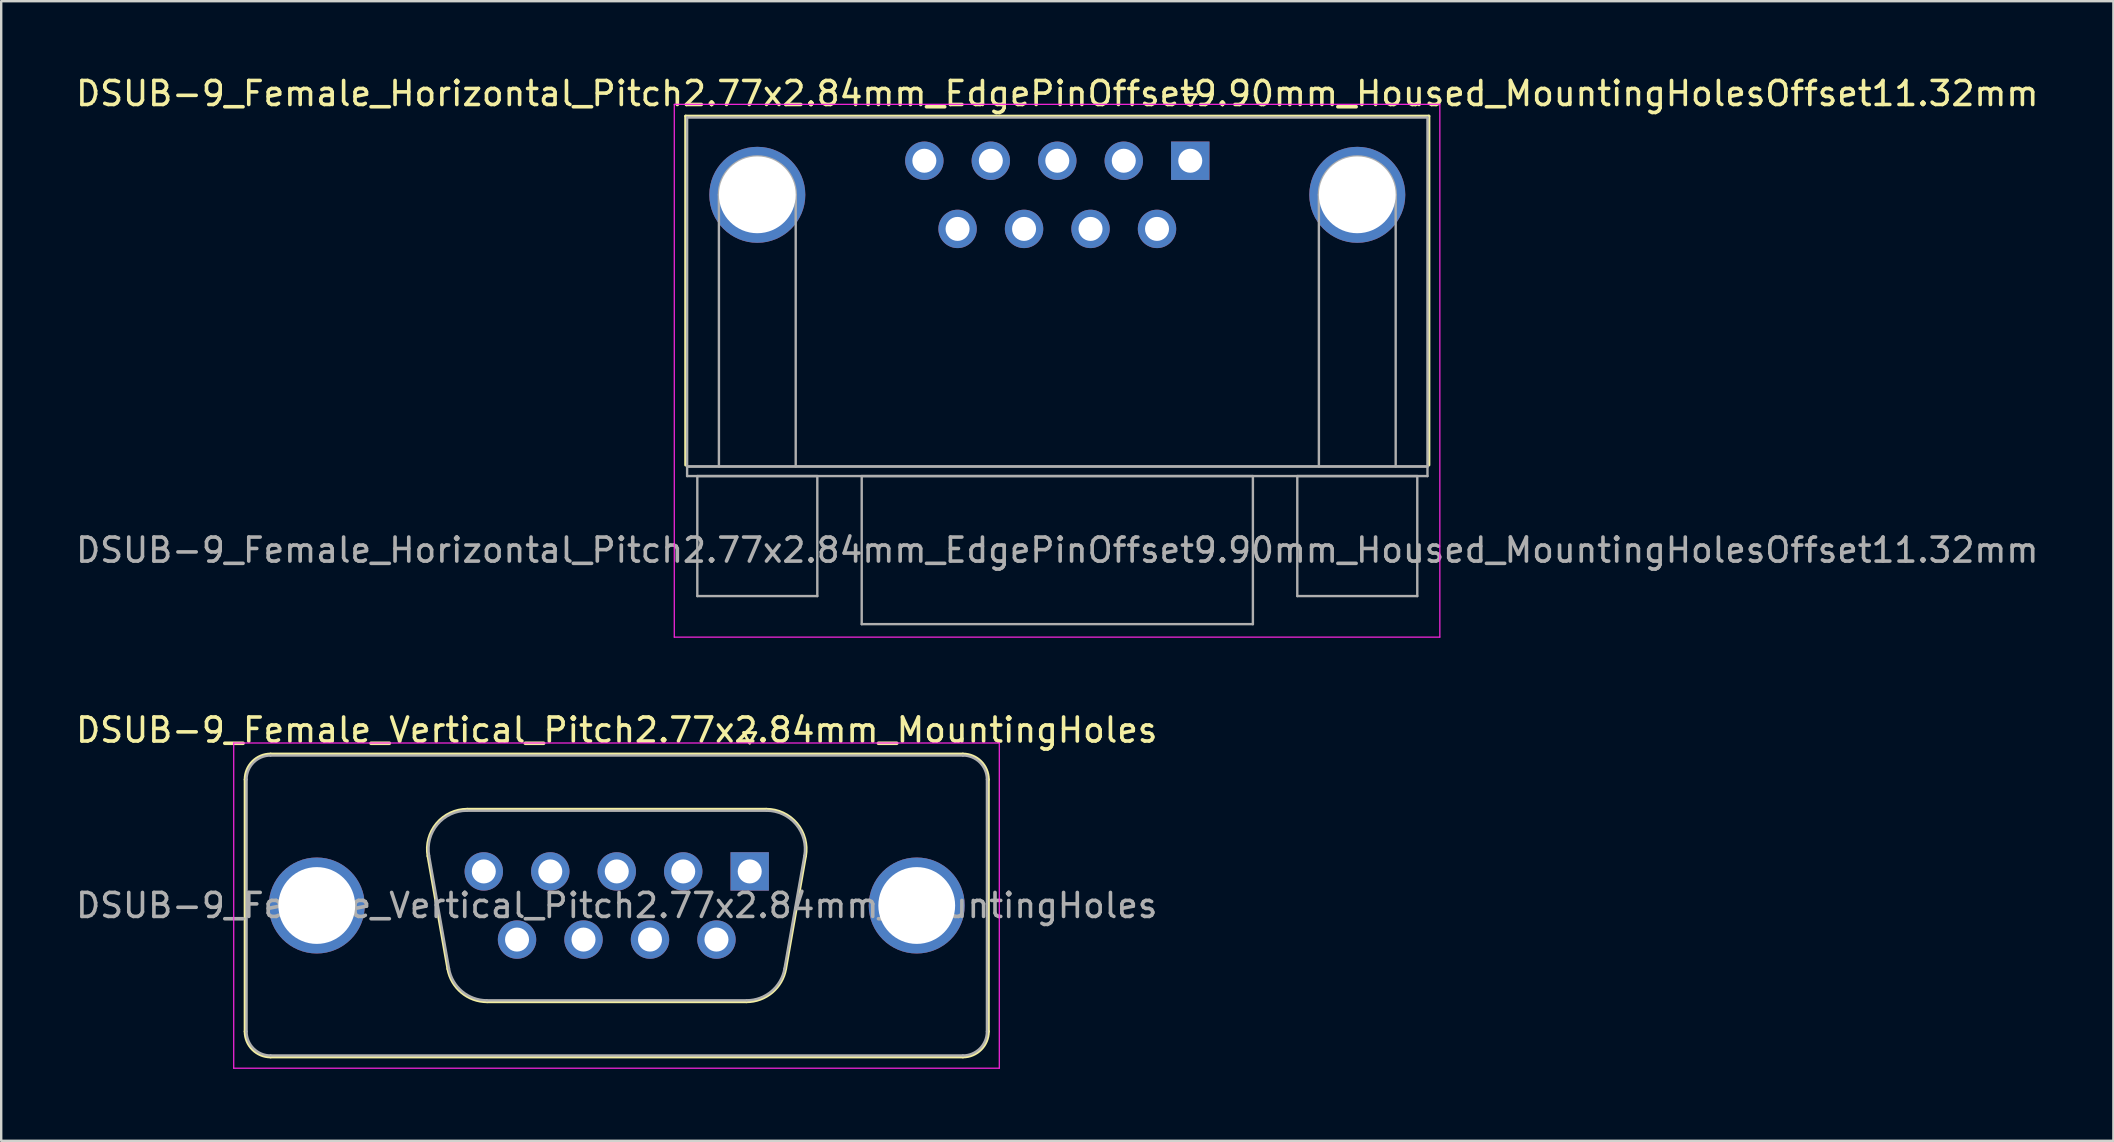
<source format=kicad_pcb>
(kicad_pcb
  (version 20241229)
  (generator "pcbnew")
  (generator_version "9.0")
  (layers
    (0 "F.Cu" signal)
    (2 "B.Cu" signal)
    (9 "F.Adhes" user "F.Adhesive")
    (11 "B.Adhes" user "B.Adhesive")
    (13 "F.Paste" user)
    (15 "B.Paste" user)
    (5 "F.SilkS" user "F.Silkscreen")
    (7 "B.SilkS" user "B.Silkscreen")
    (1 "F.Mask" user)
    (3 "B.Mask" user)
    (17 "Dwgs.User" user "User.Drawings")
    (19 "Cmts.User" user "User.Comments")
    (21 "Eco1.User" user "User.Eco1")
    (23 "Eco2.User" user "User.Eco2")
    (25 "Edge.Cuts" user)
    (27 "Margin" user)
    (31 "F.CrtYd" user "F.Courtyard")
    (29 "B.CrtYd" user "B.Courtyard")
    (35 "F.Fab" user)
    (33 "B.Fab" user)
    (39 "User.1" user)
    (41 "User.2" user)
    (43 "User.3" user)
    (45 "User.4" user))
  (footprint "DSUB-9_Female_Vertical_Pitch2.77x2.84mm_MountingHoles"
    (layer "F.Cu")
    (at 28.189 33.261)
    (property "Reference" "DSUB-9_Female_Vertical_Pitch2.77x2.84mm_MountingHoles" (at -5.54 -5.89 0) (layer "F.SilkS") (effects (font (size 1 1) (thickness 0.15))))
    (attr through_hole)
    (fp_line (start -21.025 6.67) (end -21.025 -3.83) (stroke (width 0.12) (type solid)) (layer "F.SilkS"))
    (fp_line (start -19.965 -4.89) (end 8.885 -4.89) (stroke (width 0.12) (type solid)) (layer "F.SilkS"))
    (fp_line (start -13.406 -0.642) (end -12.578 4.058) (stroke (width 0.12) (type solid)) (layer "F.SilkS"))
    (fp_line (start -11.772 -2.59) (end 0.692 -2.59) (stroke (width 0.12) (type solid)) (layer "F.SilkS"))
    (fp_line (start -10.943 5.43) (end -0.137 5.43) (stroke (width 0.12) (type solid)) (layer "F.SilkS"))
    (fp_line (start -0.25 -5.784) (end 0.25 -5.784) (stroke (width 0.12) (type solid)) (layer "F.SilkS"))
    (fp_line (start 0 -5.351) (end -0.25 -5.784) (stroke (width 0.12) (type solid)) (layer "F.SilkS"))
    (fp_line (start 0.25 -5.784) (end 0 -5.351) (stroke (width 0.12) (type solid)) (layer "F.SilkS"))
    (fp_line (start 2.326 -0.642) (end 1.498 4.058) (stroke (width 0.12) (type solid)) (layer "F.SilkS"))
    (fp_line (start 8.885 7.73) (end -19.965 7.73) (stroke (width 0.12) (type solid)) (layer "F.SilkS"))
    (fp_line (start 9.945 -3.83) (end 9.945 6.67) (stroke (width 0.12) (type solid)) (layer "F.SilkS"))
    (fp_arc (start -21.025 -3.83) (mid -20.714533 -4.579533) (end -19.965 -4.89) (stroke (width 0.12) (type solid)) (layer "F.SilkS"))
    (fp_arc (start -19.965 7.73) (mid -20.714533 7.419533) (end -21.025 6.67) (stroke (width 0.12) (type solid)) (layer "F.SilkS"))
    (fp_arc (start -13.40647 -0.641744) (mid -13.043323 -1.997028) (end -11.771689 -2.59) (stroke (width 0.12) (type solid)) (layer "F.SilkS"))
    (fp_arc (start -10.942952 5.43) (mid -12.009979 5.041634) (end -12.577733 4.058256) (stroke (width 0.12) (type solid)) (layer "F.SilkS"))
    (fp_arc (start 0.691689 -2.59) (mid 1.963323 -1.997027) (end 2.32647 -0.641744) (stroke (width 0.12) (type solid)) (layer "F.SilkS"))
    (fp_arc (start 1.497733 4.058256) (mid 0.92998 5.041634) (end -0.137048 5.43) (stroke (width 0.12) (type solid)) (layer "F.SilkS"))
    (fp_arc (start 8.885 -4.89) (mid 9.634533 -4.579533) (end 9.945 -3.83) (stroke (width 0.12) (type solid)) (layer "F.SilkS"))
    (fp_arc (start 9.945 6.67) (mid 9.634533 7.419533) (end 8.885 7.73) (stroke (width 0.12) (type solid)) (layer "F.SilkS"))
    (fp_line (start -21.5 -5.35) (end -21.5 8.2) (stroke (width 0.05) (type solid)) (layer "F.CrtYd"))
    (fp_line (start -21.5 8.2) (end 10.4 8.2) (stroke (width 0.05) (type solid)) (layer "F.CrtYd"))
    (fp_line (start 10.4 -5.35) (end -21.5 -5.35) (stroke (width 0.05) (type solid)) (layer "F.CrtYd"))
    (fp_line (start 10.4 8.2) (end 10.4 -5.35) (stroke (width 0.05) (type solid)) (layer "F.CrtYd"))
    (fp_line (start -20.965 6.67) (end -20.965 -3.83) (stroke (width 0.1) (type solid)) (layer "F.Fab"))
    (fp_line (start -19.965 -4.83) (end 8.885 -4.83) (stroke (width 0.1) (type solid)) (layer "F.Fab"))
    (fp_line (start -13.359 -0.652) (end -12.53 4.048) (stroke (width 0.1) (type solid)) (layer "F.Fab"))
    (fp_line (start -11.783 -2.53) (end 0.703 -2.53) (stroke (width 0.1) (type solid)) (layer "F.Fab"))
    (fp_line (start -10.954 5.37) (end -0.126 5.37) (stroke (width 0.1) (type solid)) (layer "F.Fab"))
    (fp_line (start 2.279 -0.652) (end 1.45 4.048) (stroke (width 0.1) (type solid)) (layer "F.Fab"))
    (fp_line (start 8.885 7.67) (end -19.965 7.67) (stroke (width 0.1) (type solid)) (layer "F.Fab"))
    (fp_line (start 9.885 -3.83) (end 9.885 6.67) (stroke (width 0.1) (type solid)) (layer "F.Fab"))
    (fp_arc (start -20.965 -3.83) (mid -20.672107 -4.537107) (end -19.965 -4.83) (stroke (width 0.1) (type solid)) (layer "F.Fab"))
    (fp_arc (start -19.965 7.67) (mid -20.672107 7.377107) (end -20.965 6.67) (stroke (width 0.1) (type solid)) (layer "F.Fab"))
    (fp_arc (start -13.358886 -0.652163) (mid -13.008865 -1.95846) (end -11.783194 -2.53) (stroke (width 0.1) (type solid)) (layer "F.Fab"))
    (fp_arc (start -10.954457 5.37) (mid -11.982917 4.995671) (end -12.530149 4.047837) (stroke (width 0.1) (type solid)) (layer "F.Fab"))
    (fp_arc (start 0.703194 -2.53) (mid 1.928865 -1.95846) (end 2.278886 -0.652163) (stroke (width 0.1) (type solid)) (layer "F.Fab"))
    (fp_arc (start 1.450149 4.047837) (mid 0.902917 4.995671) (end -0.125543 5.37) (stroke (width 0.1) (type solid)) (layer "F.Fab"))
    (fp_arc (start 8.885 -4.83) (mid 9.592107 -4.537107) (end 9.885 -3.83) (stroke (width 0.1) (type solid)) (layer "F.Fab"))
    (fp_arc (start 9.885 6.67) (mid 9.592107 7.377107) (end 8.885 7.67) (stroke (width 0.1) (type solid)) (layer "F.Fab"))
    (fp_text user "${REFERENCE}" (at -5.54 1.42 0) (layer "F.Fab") (effects (font (size 1 1) (thickness 0.15))))
    (pad "0" thru_hole circle (at -18.04 1.42) (size 4 4) (drill 3.2) (layers "*.Cu" "*.Mask"))
    (pad "0" thru_hole circle (at 6.96 1.42) (size 4 4) (drill 3.2) (layers "*.Cu" "*.Mask"))
    (pad "1" thru_hole rect (at 0 0) (size 1.6 1.6) (drill 1) (layers "*.Cu" "*.Mask"))
    (pad "2" thru_hole circle (at -2.77 0) (size 1.6 1.6) (drill 1) (layers "*.Cu" "*.Mask"))
    (pad "3" thru_hole circle (at -5.54 0) (size 1.6 1.6) (drill 1) (layers "*.Cu" "*.Mask"))
    (pad "4" thru_hole circle (at -8.31 0) (size 1.6 1.6) (drill 1) (layers "*.Cu" "*.Mask"))
    (pad "5" thru_hole circle (at -11.08 0) (size 1.6 1.6) (drill 1) (layers "*.Cu" "*.Mask"))
    (pad "6" thru_hole circle (at -1.385 2.84) (size 1.6 1.6) (drill 1) (layers "*.Cu" "*.Mask"))
    (pad "7" thru_hole circle (at -4.155 2.84) (size 1.6 1.6) (drill 1) (layers "*.Cu" "*.Mask"))
    (pad "8" thru_hole circle (at -6.925 2.84) (size 1.6 1.6) (drill 1) (layers "*.Cu" "*.Mask"))
    (pad "9" thru_hole circle (at -9.695 2.84) (size 1.6 1.6) (drill 1) (layers "*.Cu" "*.Mask")))
  (footprint "DSUB-9_Female_Horizontal_Pitch2.77x2.84mm_EdgePinOffset9.90mm_Housed_MountingHolesOffset11.32mm"
    (layer "F.Cu")
    (at 46.546 3.648)
    (property "Reference" "DSUB-9_Female_Horizontal_Pitch2.77x2.84mm_EdgePinOffset9.90mm_Housed_MountingHolesOffset11.32mm" (at -5.54 -2.8 0) (layer "F.SilkS") (effects (font (size 1 1) (thickness 0.15))))
    (attr through_hole)
    (fp_line (start -21.025 -1.86) (end 9.945 -1.86) (stroke (width 0.12) (type solid)) (layer "F.SilkS"))
    (fp_line (start -21.025 12.68) (end -21.025 -1.86) (stroke (width 0.12) (type solid)) (layer "F.SilkS"))
    (fp_line (start -0.25 -2.754) (end 0.25 -2.754) (stroke (width 0.12) (type solid)) (layer "F.SilkS"))
    (fp_line (start 0 -2.321) (end -0.25 -2.754) (stroke (width 0.12) (type solid)) (layer "F.SilkS"))
    (fp_line (start 0.25 -2.754) (end 0 -2.321) (stroke (width 0.12) (type solid)) (layer "F.SilkS"))
    (fp_line (start 9.945 -1.86) (end 9.945 12.68) (stroke (width 0.12) (type solid)) (layer "F.SilkS"))
    (fp_line (start -21.5 -2.35) (end -21.5 19.85) (stroke (width 0.05) (type solid)) (layer "F.CrtYd"))
    (fp_line (start -21.5 19.85) (end 10.4 19.85) (stroke (width 0.05) (type solid)) (layer "F.CrtYd"))
    (fp_line (start 10.4 -2.35) (end -21.5 -2.35) (stroke (width 0.05) (type solid)) (layer "F.CrtYd"))
    (fp_line (start 10.4 19.85) (end 10.4 -2.35) (stroke (width 0.05) (type solid)) (layer "F.CrtYd"))
    (fp_line (start -20.965 -1.8) (end -20.965 12.74) (stroke (width 0.1) (type solid)) (layer "F.Fab"))
    (fp_line (start -20.965 12.74) (end -20.965 13.14) (stroke (width 0.1) (type solid)) (layer "F.Fab"))
    (fp_line (start -20.965 12.74) (end 9.885 12.74) (stroke (width 0.1) (type solid)) (layer "F.Fab"))
    (fp_line (start -20.965 13.14) (end 9.885 13.14) (stroke (width 0.1) (type solid)) (layer "F.Fab"))
    (fp_line (start -20.54 13.14) (end -20.54 18.14) (stroke (width 0.1) (type solid)) (layer "F.Fab"))
    (fp_line (start -20.54 18.14) (end -15.54 18.14) (stroke (width 0.1) (type solid)) (layer "F.Fab"))
    (fp_line (start -19.64 12.74) (end -19.64 1.42) (stroke (width 0.1) (type solid)) (layer "F.Fab"))
    (fp_line (start -16.44 12.74) (end -16.44 1.42) (stroke (width 0.1) (type solid)) (layer "F.Fab"))
    (fp_line (start -15.54 13.14) (end -20.54 13.14) (stroke (width 0.1) (type solid)) (layer "F.Fab"))
    (fp_line (start -15.54 18.14) (end -15.54 13.14) (stroke (width 0.1) (type solid)) (layer "F.Fab"))
    (fp_line (start -13.69 13.14) (end -13.69 19.31) (stroke (width 0.1) (type solid)) (layer "F.Fab"))
    (fp_line (start -13.69 19.31) (end 2.61 19.31) (stroke (width 0.1) (type solid)) (layer "F.Fab"))
    (fp_line (start 2.61 13.14) (end -13.69 13.14) (stroke (width 0.1) (type solid)) (layer "F.Fab"))
    (fp_line (start 2.61 19.31) (end 2.61 13.14) (stroke (width 0.1) (type solid)) (layer "F.Fab"))
    (fp_line (start 4.46 13.14) (end 4.46 18.14) (stroke (width 0.1) (type solid)) (layer "F.Fab"))
    (fp_line (start 4.46 18.14) (end 9.46 18.14) (stroke (width 0.1) (type solid)) (layer "F.Fab"))
    (fp_line (start 5.36 12.74) (end 5.36 1.42) (stroke (width 0.1) (type solid)) (layer "F.Fab"))
    (fp_line (start 8.56 12.74) (end 8.56 1.42) (stroke (width 0.1) (type solid)) (layer "F.Fab"))
    (fp_line (start 9.46 13.14) (end 4.46 13.14) (stroke (width 0.1) (type solid)) (layer "F.Fab"))
    (fp_line (start 9.46 18.14) (end 9.46 13.14) (stroke (width 0.1) (type solid)) (layer "F.Fab"))
    (fp_line (start 9.885 -1.8) (end -20.965 -1.8) (stroke (width 0.1) (type solid)) (layer "F.Fab"))
    (fp_line (start 9.885 12.74) (end -20.965 12.74) (stroke (width 0.1) (type solid)) (layer "F.Fab"))
    (fp_line (start 9.885 12.74) (end 9.885 -1.8) (stroke (width 0.1) (type solid)) (layer "F.Fab"))
    (fp_line (start 9.885 13.14) (end 9.885 12.74) (stroke (width 0.1) (type solid)) (layer "F.Fab"))
    (fp_arc (start -19.64 1.42) (mid -18.04 -0.18) (end -16.44 1.42) (stroke (width 0.1) (type solid)) (layer "F.Fab"))
    (fp_arc (start 5.36 1.42) (mid 6.96 -0.18) (end 8.56 1.42) (stroke (width 0.1) (type solid)) (layer "F.Fab"))
    (fp_text user "${REFERENCE}" (at -5.54 16.225 0) (layer "F.Fab") (effects (font (size 1 1) (thickness 0.15))))
    (pad "0" thru_hole circle (at -18.04 1.42) (size 4 4) (drill 3.2) (layers "*.Cu" "*.Mask"))
    (pad "0" thru_hole circle (at 6.96 1.42) (size 4 4) (drill 3.2) (layers "*.Cu" "*.Mask"))
    (pad "1" thru_hole rect (at 0 0) (size 1.6 1.6) (drill 1) (layers "*.Cu" "*.Mask"))
    (pad "2" thru_hole circle (at -2.77 0) (size 1.6 1.6) (drill 1) (layers "*.Cu" "*.Mask"))
    (pad "3" thru_hole circle (at -5.54 0) (size 1.6 1.6) (drill 1) (layers "*.Cu" "*.Mask"))
    (pad "4" thru_hole circle (at -8.31 0) (size 1.6 1.6) (drill 1) (layers "*.Cu" "*.Mask"))
    (pad "5" thru_hole circle (at -11.08 0) (size 1.6 1.6) (drill 1) (layers "*.Cu" "*.Mask"))
    (pad "6" thru_hole circle (at -1.385 2.84) (size 1.6 1.6) (drill 1) (layers "*.Cu" "*.Mask"))
    (pad "7" thru_hole circle (at -4.155 2.84) (size 1.6 1.6) (drill 1) (layers "*.Cu" "*.Mask"))
    (pad "8" thru_hole circle (at -6.925 2.84) (size 1.6 1.6) (drill 1) (layers "*.Cu" "*.Mask"))
    (pad "9" thru_hole circle (at -9.695 2.84) (size 1.6 1.6) (drill 1) (layers "*.Cu" "*.Mask")))
  (gr_rect
    (start -3 -3)
    (end 85.012 44.486)
    (stroke (width 0.1) (type default))
    (fill no)
    (layer "Edge.Cuts")))
</source>
